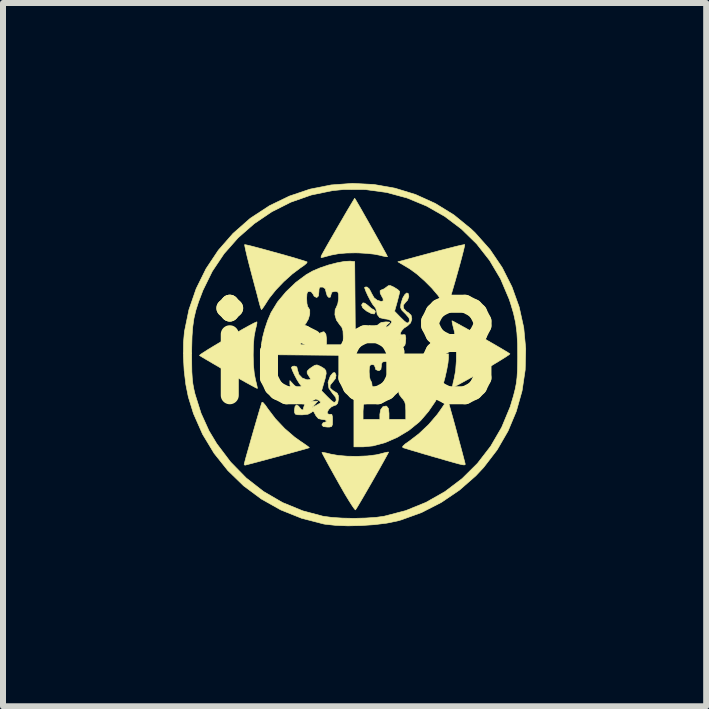
<source format=kicad_pcb>
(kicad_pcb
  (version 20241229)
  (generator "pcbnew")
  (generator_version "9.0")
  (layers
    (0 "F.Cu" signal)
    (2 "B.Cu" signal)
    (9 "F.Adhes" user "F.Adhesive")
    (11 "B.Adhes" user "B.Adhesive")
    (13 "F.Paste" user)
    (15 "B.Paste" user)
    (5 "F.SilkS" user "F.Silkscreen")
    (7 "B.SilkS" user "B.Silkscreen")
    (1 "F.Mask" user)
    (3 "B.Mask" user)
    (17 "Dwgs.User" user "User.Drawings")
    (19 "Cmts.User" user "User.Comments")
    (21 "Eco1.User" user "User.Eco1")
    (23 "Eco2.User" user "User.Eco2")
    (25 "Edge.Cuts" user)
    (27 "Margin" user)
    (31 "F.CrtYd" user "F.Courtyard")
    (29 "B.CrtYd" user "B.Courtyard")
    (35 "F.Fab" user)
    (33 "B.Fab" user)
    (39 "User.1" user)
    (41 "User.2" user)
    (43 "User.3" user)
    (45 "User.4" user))
  (footprint "ico8"
    (layer "F.Cu")
    (at 2.846 2.845)
    (property "Reference" "ico8" (at 0 0 0) (layer "F.SilkS") (effects (font (size 1.524 1.524) (thickness 0.3))))
    (attr through_hole)
    (fp_poly (pts (xy -1.002 0.515) (xy -0.95 0.561) (xy -0.906 0.584) (xy -0.901 0.584) (xy -0.868 0.605) (xy -0.864 0.622) (xy -0.88 0.655) (xy -0.929 0.65) (xy -0.997 0.616) (xy -1.055 0.558) (xy -1.067 0.509) (xy -1.067 0.445) (xy -1.002 0.515)) (stroke (width 0.01) (type solid)) (fill yes) (layer "F.SilkS"))
    (fp_poly (pts (xy 0.182 -0.844) (xy 0.23 -0.809) (xy 0.239 -0.801) (xy 0.288 -0.758) (xy 0.326 -0.737) (xy 0.329 -0.737) (xy 0.353 -0.716) (xy 0.356 -0.699) (xy 0.339 -0.665) (xy 0.291 -0.671) (xy 0.21 -0.714) (xy 0.147 -0.767) (xy 0.127 -0.814) (xy 0.151 -0.85) (xy 0.182 -0.844)) (stroke (width 0.01) (type solid)) (fill yes) (layer "F.SilkS"))
    (fp_poly (pts (xy 1.842 -1.794) (xy 1.827 -1.728) (xy 1.802 -1.63) (xy 1.77 -1.51) (xy 1.733 -1.377) (xy 1.694 -1.238) (xy 1.655 -1.104) (xy 1.619 -0.982) (xy 1.588 -0.882) (xy 1.565 -0.812) (xy 1.552 -0.781) (xy 1.551 -0.781) (xy 1.53 -0.789) (xy 1.496 -0.832) (xy 1.474 -0.867) (xy 1.4 -0.975) (xy 1.296 -1.097) (xy 1.173 -1.22) (xy 1.046 -1.332) (xy 0.926 -1.419) (xy 0.901 -1.434) (xy 0.732 -1.534) (xy 1.283 -1.682) (xy 1.443 -1.725) (xy 1.585 -1.761) (xy 1.703 -1.791) (xy 1.79 -1.811) (xy 1.838 -1.82) (xy 1.846 -1.82) (xy 1.842 -1.794)) (stroke (width 0.01) (type solid)) (fill yes) (layer "F.SilkS"))
    (fp_poly (pts (xy -1.512 0.813) (xy -1.475 0.856) (xy -1.431 0.919) (xy -1.307 1.082) (xy -1.154 1.244) (xy -0.988 1.387) (xy -0.895 1.453) (xy -0.82 1.504) (xy -0.766 1.542) (xy -0.743 1.562) (xy -0.743 1.563) (xy -0.768 1.571) (xy -0.833 1.59) (xy -0.931 1.617) (xy -1.051 1.65) (xy -1.186 1.687) (xy -1.327 1.725) (xy -1.464 1.762) (xy -1.591 1.796) (xy -1.697 1.824) (xy -1.774 1.844) (xy -1.814 1.854) (xy -1.817 1.854) (xy -1.829 1.841) (xy -1.822 1.812) (xy -1.804 1.743) (xy -1.776 1.643) (xy -1.741 1.521) (xy -1.703 1.386) (xy -1.663 1.247) (xy -1.624 1.113) (xy -1.589 0.993) (xy -1.56 0.895) (xy -1.54 0.83) (xy -1.531 0.805) (xy -1.512 0.813)) (stroke (width 0.01) (type solid)) (fill yes) (layer "F.SilkS"))
    (fp_poly (pts (xy -1.795 -1.816) (xy -1.729 -1.801) (xy -1.632 -1.776) (xy -1.512 -1.744) (xy -1.379 -1.707) (xy -1.24 -1.669) (xy -1.106 -1.631) (xy -0.983 -1.596) (xy -0.882 -1.565) (xy -0.811 -1.543) (xy -0.779 -1.531) (xy -0.788 -1.512) (xy -0.83 -1.475) (xy -0.894 -1.431) (xy -1.029 -1.329) (xy -1.17 -1.202) (xy -1.302 -1.064) (xy -1.409 -0.93) (xy -1.44 -0.883) (xy -1.487 -0.809) (xy -1.523 -0.757) (xy -1.539 -0.737) (xy -1.539 -0.737) (xy -1.55 -0.758) (xy -1.567 -0.813) (xy -1.572 -0.832) (xy -1.587 -0.887) (xy -1.611 -0.982) (xy -1.644 -1.105) (xy -1.682 -1.247) (xy -1.714 -1.368) (xy -1.751 -1.51) (xy -1.782 -1.634) (xy -1.805 -1.733) (xy -1.818 -1.797) (xy -1.821 -1.82) (xy -1.795 -1.816)) (stroke (width 0.01) (type solid)) (fill yes) (layer "F.SilkS"))
    (fp_poly (pts (xy -1.616 -0.511) (xy -1.628 -0.455) (xy -1.642 -0.4) (xy -1.663 -0.287) (xy -1.675 -0.142) (xy -1.678 0.021) (xy -1.674 0.182) (xy -1.66 0.327) (xy -1.64 0.431) (xy -1.621 0.507) (xy -1.61 0.56) (xy -1.609 0.576) (xy -1.632 0.566) (xy -1.692 0.534) (xy -1.784 0.484) (xy -1.9 0.419) (xy -2.034 0.343) (xy -2.084 0.314) (xy -2.224 0.233) (xy -2.349 0.16) (xy -2.453 0.099) (xy -2.529 0.054) (xy -2.569 0.029) (xy -2.573 0.026) (xy -2.557 0.01) (xy -2.503 -0.026) (xy -2.421 -0.078) (xy -2.317 -0.141) (xy -2.199 -0.211) (xy -2.074 -0.284) (xy -1.951 -0.355) (xy -1.837 -0.42) (xy -1.739 -0.474) (xy -1.665 -0.513) (xy -1.622 -0.532) (xy -1.616 -0.533) (xy -1.616 -0.511)) (stroke (width 0.01) (type solid)) (fill yes) (layer "F.SilkS"))
    (fp_poly (pts (xy 0.567 1.658) (xy 0.535 1.717) (xy 0.487 1.804) (xy 0.427 1.911) (xy 0.358 2.032) (xy 0.286 2.158) (xy 0.215 2.281) (xy 0.149 2.395) (xy 0.093 2.49) (xy 0.051 2.56) (xy 0.028 2.596) (xy 0.026 2.599) (xy 0.009 2.584) (xy -0.029 2.53) (xy -0.084 2.444) (xy -0.152 2.332) (xy -0.228 2.199) (xy -0.263 2.137) (xy -0.342 1.996) (xy -0.412 1.87) (xy -0.469 1.765) (xy -0.51 1.689) (xy -0.531 1.648) (xy -0.533 1.643) (xy -0.511 1.642) (xy -0.454 1.653) (xy -0.387 1.67) (xy -0.263 1.692) (xy -0.108 1.705) (xy 0.061 1.707) (xy 0.226 1.7) (xy 0.369 1.682) (xy 0.432 1.668) (xy 0.508 1.648) (xy 0.561 1.637) (xy 0.577 1.636) (xy 0.567 1.658)) (stroke (width 0.01) (type solid)) (fill yes) (layer "F.SilkS"))
    (fp_poly (pts (xy 1.657 -0.541) (xy 1.716 -0.509) (xy 1.803 -0.461) (xy 1.911 -0.401) (xy 2.032 -0.333) (xy 2.158 -0.261) (xy 2.281 -0.19) (xy 2.395 -0.124) (xy 2.49 -0.068) (xy 2.56 -0.026) (xy 2.596 -0.002) (xy 2.599 -0.000398) (xy 2.582 0.015) (xy 2.529 0.051) (xy 2.446 0.103) (xy 2.342 0.166) (xy 2.224 0.237) (xy 2.1 0.31) (xy 1.977 0.381) (xy 1.862 0.445) (xy 1.764 0.499) (xy 1.69 0.538) (xy 1.648 0.557) (xy 1.642 0.559) (xy 1.642 0.537) (xy 1.653 0.479) (xy 1.669 0.413) (xy 1.694 0.28) (xy 1.706 0.116) (xy 1.707 -0.059) (xy 1.696 -0.227) (xy 1.674 -0.369) (xy 1.668 -0.393) (xy 1.648 -0.473) (xy 1.636 -0.53) (xy 1.634 -0.551) (xy 1.657 -0.541)) (stroke (width 0.01) (type solid)) (fill yes) (layer "F.SilkS"))
    (fp_poly (pts (xy 0.027 -2.57) (xy 0.061 -2.512) (xy 0.111 -2.426) (xy 0.172 -2.318) (xy 0.241 -2.197) (xy 0.312 -2.07) (xy 0.382 -1.945) (xy 0.446 -1.83) (xy 0.499 -1.733) (xy 0.538 -1.662) (xy 0.557 -1.623) (xy 0.559 -1.619) (xy 0.537 -1.619) (xy 0.48 -1.63) (xy 0.425 -1.644) (xy 0.337 -1.661) (xy 0.216 -1.674) (xy 0.08 -1.682) (xy 0.025 -1.683) (xy -0.129 -1.68) (xy -0.256 -1.669) (xy -0.378 -1.646) (xy -0.517 -1.609) (xy -0.547 -1.604) (xy -0.546 -1.626) (xy -0.532 -1.655) (xy -0.502 -1.709) (xy -0.456 -1.791) (xy -0.396 -1.896) (xy -0.327 -2.015) (xy -0.255 -2.14) (xy -0.183 -2.263) (xy -0.117 -2.377) (xy -0.059 -2.474) (xy -0.016 -2.546) (xy 0.009 -2.586) (xy 0.013 -2.591) (xy 0.027 -2.57)) (stroke (width 0.01) (type solid)) (fill yes) (layer "F.SilkS"))
    (fp_poly (pts (xy 1.571 0.793) (xy 1.59 0.859) (xy 1.617 0.957) (xy 1.651 1.077) (xy 1.688 1.212) (xy 1.726 1.353) (xy 1.763 1.49) (xy 1.797 1.616) (xy 1.825 1.722) (xy 1.845 1.798) (xy 1.854 1.836) (xy 1.854 1.839) (xy 1.85 1.847) (xy 1.835 1.85) (xy 1.803 1.846) (xy 1.747 1.833) (xy 1.663 1.81) (xy 1.543 1.776) (xy 1.383 1.73) (xy 1.321 1.712) (xy 1.172 1.669) (xy 1.039 1.629) (xy 0.93 1.597) (xy 0.853 1.573) (xy 0.815 1.562) (xy 0.815 1.561) (xy 0.812 1.541) (xy 0.854 1.501) (xy 0.916 1.458) (xy 1.081 1.332) (xy 1.245 1.177) (xy 1.389 1.009) (xy 1.452 0.92) (xy 1.503 0.845) (xy 1.542 0.791) (xy 1.562 0.768) (xy 1.563 0.768) (xy 1.571 0.793)) (stroke (width 0.01) (type solid)) (fill yes) (layer "F.SilkS"))
    (fp_poly (pts (xy -0.566 0.204) (xy -0.543 0.216) (xy -0.493 0.247) (xy -0.467 0.28) (xy -0.462 0.327) (xy -0.477 0.402) (xy -0.498 0.475) (xy -0.539 0.615) (xy -0.442 0.714) (xy -0.377 0.777) (xy -0.337 0.806) (xy -0.312 0.804) (xy -0.295 0.774) (xy -0.295 0.772) (xy -0.303 0.725) (xy -0.353 0.663) (xy -0.355 0.661) (xy -0.417 0.573) (xy -0.431 0.474) (xy -0.395 0.374) (xy -0.391 0.367) (xy -0.348 0.316) (xy -0.318 0.312) (xy -0.298 0.354) (xy -0.308 0.411) (xy -0.346 0.46) (xy -0.396 0.52) (xy -0.398 0.567) (xy -0.352 0.61) (xy -0.329 0.623) (xy -0.277 0.657) (xy -0.258 0.699) (xy -0.259 0.757) (xy -0.271 0.823) (xy -0.299 0.852) (xy -0.324 0.859) (xy -0.375 0.882) (xy -0.42 0.925) (xy -0.444 0.971) (xy -0.441 0.996) (xy -0.408 1.009) (xy -0.391 1.006) (xy -0.368 1.009) (xy -0.358 1.048) (xy -0.356 1.106) (xy -0.358 1.176) (xy -0.371 1.209) (xy -0.406 1.219) (xy -0.445 1.219) (xy -0.51 1.211) (xy -0.533 1.185) (xy -0.533 1.181) (xy -0.513 1.147) (xy -0.495 1.143) (xy -0.461 1.129) (xy -0.457 1.118) (xy -0.479 1.099) (xy -0.53 1.092) (xy -0.591 1.079) (xy -0.632 1.032) (xy -0.641 1.015) (xy -0.668 0.966) (xy -0.69 0.958) (xy -0.71 0.977) (xy -0.764 1.005) (xy -0.861 1.016) (xy -0.867 1.016) (xy -0.941 1.014) (xy -0.977 1.003) (xy -0.989 0.976) (xy -0.991 0.941) (xy -0.981 0.875) (xy -0.956 0.85) (xy -0.921 0.871) (xy -0.909 0.888) (xy -0.872 0.932) (xy -0.846 0.932) (xy -0.838 0.894) (xy -0.817 0.83) (xy -0.755 0.795) (xy -0.689 0.787) (xy -0.602 0.787) (xy -0.65 0.842) (xy -0.699 0.896) (xy -0.635 0.861) (xy -0.586 0.833) (xy -0.562 0.82) (xy -0.558 0.799) (xy -0.588 0.772) (xy -0.637 0.749) (xy -0.69 0.737) (xy -0.697 0.737) (xy -0.782 0.72) (xy -0.829 0.672) (xy -0.838 0.62) (xy -0.856 0.56) (xy -0.879 0.531) (xy -0.909 0.493) (xy -0.95 0.427) (xy -0.991 0.349) (xy -1.024 0.278) (xy -1.041 0.229) (xy -1.041 0.224) (xy -1.02 0.207) (xy -0.991 0.203) (xy -0.951 0.218) (xy -0.94 0.267) (xy -0.917 0.343) (xy -0.86 0.403) (xy -0.785 0.431) (xy -0.773 0.432) (xy -0.729 0.428) (xy -0.726 0.409) (xy -0.748 0.375) (xy -0.779 0.324) (xy -0.779 0.289) (xy -0.744 0.252) (xy -0.708 0.226) (xy -0.654 0.191) (xy -0.615 0.184) (xy -0.566 0.204)) (stroke (width 0.01) (type solid)) (fill yes) (layer "F.SilkS"))
    (fp_poly (pts (xy 0.66 -1.114) (xy 0.674 -1.106) (xy 0.73 -1.071) (xy 0.76 -1.042) (xy 0.762 -1.037) (xy 0.756 -1.003) (xy 0.739 -0.935) (xy 0.72 -0.862) (xy 0.677 -0.71) (xy 0.775 -0.609) (xy 0.841 -0.545) (xy 0.881 -0.515) (xy 0.906 -0.517) (xy 0.924 -0.546) (xy 0.925 -0.55) (xy 0.918 -0.598) (xy 0.864 -0.662) (xy 0.853 -0.673) (xy 0.8 -0.726) (xy 0.778 -0.768) (xy 0.781 -0.82) (xy 0.787 -0.847) (xy 0.812 -0.927) (xy 0.845 -0.984) (xy 0.877 -1.014) (xy 0.902 -1.009) (xy 0.914 -0.965) (xy 0.914 -0.956) (xy 0.894 -0.895) (xy 0.86 -0.859) (xy 0.822 -0.811) (xy 0.828 -0.756) (xy 0.875 -0.705) (xy 0.904 -0.689) (xy 0.952 -0.644) (xy 0.965 -0.581) (xy 0.944 -0.516) (xy 0.892 -0.466) (xy 0.889 -0.465) (xy 0.833 -0.428) (xy 0.793 -0.384) (xy 0.773 -0.344) (xy 0.779 -0.318) (xy 0.813 -0.317) (xy 0.826 -0.321) (xy 0.853 -0.318) (xy 0.863 -0.275) (xy 0.864 -0.259) (xy 0.859 -0.189) (xy 0.848 -0.142) (xy 0.817 -0.113) (xy 0.766 -0.101) (xy 0.715 -0.108) (xy 0.687 -0.132) (xy 0.686 -0.14) (xy 0.706 -0.183) (xy 0.724 -0.194) (xy 0.76 -0.218) (xy 0.753 -0.236) (xy 0.711 -0.241) (xy 0.687 -0.238) (xy 0.632 -0.234) (xy 0.594 -0.259) (xy 0.563 -0.303) (xy 0.529 -0.352) (xy 0.508 -0.359) (xy 0.499 -0.344) (xy 0.471 -0.318) (xy 0.406 -0.306) (xy 0.356 -0.305) (xy 0.281 -0.306) (xy 0.243 -0.317) (xy 0.23 -0.343) (xy 0.229 -0.38) (xy 0.238 -0.445) (xy 0.262 -0.47) (xy 0.293 -0.449) (xy 0.309 -0.421) (xy 0.342 -0.368) (xy 0.368 -0.361) (xy 0.38 -0.399) (xy 0.381 -0.414) (xy 0.399 -0.485) (xy 0.454 -0.523) (xy 0.532 -0.533) (xy 0.587 -0.53) (xy 0.597 -0.52) (xy 0.578 -0.506) (xy 0.541 -0.471) (xy 0.533 -0.45) (xy 0.548 -0.445) (xy 0.585 -0.472) (xy 0.591 -0.478) (xy 0.627 -0.52) (xy 0.627 -0.545) (xy 0.61 -0.559) (xy 0.555 -0.578) (xy 0.507 -0.584) (xy 0.429 -0.603) (xy 0.387 -0.657) (xy 0.381 -0.7) (xy 0.362 -0.762) (xy 0.339 -0.791) (xy 0.31 -0.828) (xy 0.272 -0.893) (xy 0.231 -0.972) (xy 0.198 -1.045) (xy 0.179 -1.098) (xy 0.178 -1.107) (xy 0.198 -1.115) (xy 0.219 -1.113) (xy 0.253 -1.085) (xy 0.285 -1.028) (xy 0.289 -1.016) (xy 0.336 -0.934) (xy 0.387 -0.894) (xy 0.454 -0.873) (xy 0.488 -0.883) (xy 0.485 -0.922) (xy 0.47 -0.947) (xy 0.438 -1.009) (xy 0.436 -1.053) (xy 0.462 -1.067) (xy 0.502 -1.083) (xy 0.539 -1.11) (xy 0.574 -1.136) (xy 0.607 -1.138) (xy 0.66 -1.114)) (stroke (width 0.01) (type solid)) (fill yes) (layer "F.SilkS"))
    (fp_poly (pts (xy 0.333 -2.822) (xy 0.684 -2.76) (xy 1.026 -2.655) (xy 1.355 -2.506) (xy 1.665 -2.315) (xy 1.953 -2.08) (xy 2.019 -2.017) (xy 2.267 -1.738) (xy 2.471 -1.436) (xy 2.633 -1.115) (xy 2.753 -0.78) (xy 2.829 -0.435) (xy 2.862 -0.084) (xy 2.853 0.267) (xy 2.801 0.616) (xy 2.705 0.957) (xy 2.567 1.286) (xy 2.386 1.599) (xy 2.162 1.891) (xy 2.031 2.031) (xy 1.759 2.269) (xy 1.455 2.475) (xy 1.127 2.643) (xy 0.787 2.766) (xy 0.718 2.785) (xy 0.546 2.82) (xy 0.342 2.845) (xy 0.122 2.86) (xy -0.099 2.865) (xy -0.304 2.857) (xy -0.479 2.838) (xy -0.503 2.834) (xy -0.873 2.738) (xy -1.22 2.599) (xy -1.542 2.418) (xy -1.837 2.199) (xy -2.1 1.944) (xy -2.329 1.657) (xy -2.521 1.339) (xy -2.673 0.995) (xy -2.759 0.716) (xy -2.8 0.512) (xy -2.828 0.28) (xy -2.841 0.04) (xy -2.841 -0.013) (xy -2.703 -0.013) (xy -2.702 0.163) (xy -2.7 0.299) (xy -2.693 0.407) (xy -2.683 0.499) (xy -2.667 0.585) (xy -2.648 0.668) (xy -2.547 0.989) (xy -2.414 1.282) (xy -2.286 1.495) (xy -2.055 1.801) (xy -1.794 2.068) (xy -1.505 2.293) (xy -1.191 2.476) (xy -0.852 2.615) (xy -0.518 2.704) (xy -0.373 2.724) (xy -0.194 2.736) (xy 0.000474 2.74) (xy 0.195 2.735) (xy 0.373 2.723) (xy 0.502 2.705) (xy 0.863 2.611) (xy 1.202 2.473) (xy 1.517 2.294) (xy 1.803 2.077) (xy 2.058 1.824) (xy 2.278 1.539) (xy 2.461 1.224) (xy 2.603 0.883) (xy 2.658 0.699) (xy 2.686 0.589) (xy 2.705 0.492) (xy 2.717 0.393) (xy 2.724 0.278) (xy 2.727 0.133) (xy 2.728 0.051) (xy 2.726 -0.169) (xy 2.715 -0.353) (xy 2.694 -0.517) (xy 2.659 -0.675) (xy 2.609 -0.843) (xy 2.585 -0.914) (xy 2.443 -1.249) (xy 2.261 -1.556) (xy 2.043 -1.834) (xy 1.792 -2.079) (xy 1.513 -2.29) (xy 1.209 -2.463) (xy 0.885 -2.597) (xy 0.545 -2.689) (xy 0.192 -2.737) (xy -0.17 -2.738) (xy -0.361 -2.719) (xy -0.712 -2.646) (xy -1.049 -2.528) (xy -1.367 -2.368) (xy -1.661 -2.169) (xy -1.928 -1.935) (xy -2.163 -1.669) (xy -2.36 -1.375) (xy -2.516 -1.057) (xy -2.525 -1.033) (xy -2.587 -0.87) (xy -2.633 -0.727) (xy -2.665 -0.592) (xy -2.685 -0.452) (xy -2.697 -0.293) (xy -2.702 -0.101) (xy -2.703 -0.013) (xy -2.841 -0.013) (xy -2.839 -0.19) (xy -2.824 -0.368) (xy -2.749 -0.734) (xy -2.628 -1.086) (xy -2.464 -1.418) (xy -2.259 -1.726) (xy -2.016 -2.004) (xy -1.739 -2.248) (xy -1.72 -2.263) (xy -1.407 -2.468) (xy -1.076 -2.628) (xy -0.733 -2.744) (xy -0.38 -2.814) (xy -0.024 -2.84) (xy 0.333 -2.822)) (stroke (width 0.01) (type solid)) (fill yes) (layer "F.SilkS"))
    (fp_poly (pts (xy -0.053 -1.544) (xy 0.013 -1.537) (xy 0.026 0) (xy 1.575 0) (xy 1.575 0.065) (xy 1.567 0.151) (xy 1.546 0.267) (xy 1.517 0.396) (xy 1.483 0.518) (xy 1.448 0.616) (xy 1.443 0.627) (xy 1.356 0.792) (xy 1.242 0.959) (xy 1.117 1.105) (xy 1.088 1.134) (xy 0.917 1.273) (xy 0.723 1.39) (xy 0.519 1.479) (xy 0.318 1.533) (xy 0.154 1.549) (xy 0 1.549) (xy 0 0.956) (xy 0.152 0.956) (xy 0.152 1.092) (xy 0.432 1.092) (xy 0.432 1.006) (xy 0.446 0.929) (xy 0.483 0.88) (xy 0.535 0.869) (xy 0.546 0.873) (xy 0.575 0.911) (xy 0.584 0.99) (xy 0.584 1.092) (xy 0.864 1.092) (xy 0.864 0.944) (xy 0.86 0.853) (xy 0.845 0.795) (xy 0.814 0.751) (xy 0.8 0.737) (xy 0.755 0.677) (xy 0.738 0.601) (xy 0.737 0.569) (xy 0.742 0.498) (xy 0.756 0.452) (xy 0.762 0.445) (xy 0.777 0.412) (xy 0.786 0.347) (xy 0.787 0.303) (xy 0.785 0.228) (xy 0.773 0.19) (xy 0.748 0.178) (xy 0.737 0.178) (xy 0.694 0.196) (xy 0.686 0.229) (xy 0.668 0.271) (xy 0.635 0.279) (xy 0.598 0.267) (xy 0.585 0.223) (xy 0.584 0.203) (xy 0.577 0.149) (xy 0.548 0.129) (xy 0.521 0.127) (xy 0.475 0.135) (xy 0.459 0.17) (xy 0.457 0.203) (xy 0.449 0.259) (xy 0.42 0.279) (xy 0.406 0.279) (xy 0.364 0.261) (xy 0.356 0.229) (xy 0.338 0.186) (xy 0.305 0.178) (xy 0.274 0.185) (xy 0.259 0.213) (xy 0.254 0.276) (xy 0.254 0.303) (xy 0.259 0.379) (xy 0.271 0.432) (xy 0.279 0.445) (xy 0.296 0.478) (xy 0.304 0.541) (xy 0.305 0.561) (xy 0.293 0.646) (xy 0.249 0.718) (xy 0.229 0.741) (xy 0.182 0.798) (xy 0.159 0.855) (xy 0.153 0.937) (xy 0.152 0.956) (xy 0 0.956) (xy 0 0.026) (xy -1.537 0.013) (xy -1.545 -0.06) (xy -1.542 -0.151) (xy -1.521 -0.274) (xy -1.52 -0.279) (xy -0.889 -0.279) (xy -0.889 -0.152) (xy -0.749 -0.152) (xy -0.669 -0.154) (xy -0.628 -0.162) (xy -0.612 -0.184) (xy -0.61 -0.227) (xy -0.595 -0.299) (xy -0.558 -0.35) (xy -0.511 -0.368) (xy -0.495 -0.365) (xy -0.467 -0.327) (xy -0.457 -0.251) (xy -0.457 -0.152) (xy -0.178 -0.152) (xy -0.178 -0.291) (xy -0.182 -0.381) (xy -0.2 -0.44) (xy -0.237 -0.487) (xy -0.238 -0.488) (xy -0.291 -0.563) (xy -0.317 -0.652) (xy -0.313 -0.735) (xy -0.293 -0.776) (xy -0.269 -0.833) (xy -0.256 -0.912) (xy -0.255 -0.933) (xy -0.257 -1.001) (xy -0.271 -1.033) (xy -0.305 -1.041) (xy -0.318 -1.041) (xy -0.367 -1.029) (xy -0.381 -0.991) (xy -0.392 -0.946) (xy -0.418 -0.94) (xy -0.445 -0.967) (xy -0.462 -1.022) (xy -0.462 -1.022) (xy -0.477 -1.084) (xy -0.513 -1.11) (xy -0.527 -1.113) (xy -0.565 -1.112) (xy -0.581 -1.085) (xy -0.584 -1.03) (xy -0.591 -0.965) (xy -0.616 -0.941) (xy -0.625 -0.94) (xy -0.663 -0.961) (xy -0.678 -0.991) (xy -0.709 -1.032) (xy -0.74 -1.041) (xy -0.769 -1.034) (xy -0.783 -1.002) (xy -0.787 -0.935) (xy -0.787 -0.916) (xy -0.783 -0.84) (xy -0.771 -0.787) (xy -0.762 -0.775) (xy -0.736 -0.732) (xy -0.736 -0.662) (xy -0.758 -0.582) (xy -0.8 -0.507) (xy -0.813 -0.491) (xy -0.862 -0.424) (xy -0.885 -0.355) (xy -0.889 -0.279) (xy -1.52 -0.279) (xy -1.485 -0.413) (xy -1.438 -0.554) (xy -1.383 -0.683) (xy -1.378 -0.692) (xy -1.273 -0.864) (xy -1.131 -1.034) (xy -0.967 -1.191) (xy -0.794 -1.32) (xy -0.686 -1.381) (xy -0.561 -1.434) (xy -0.422 -1.481) (xy -0.282 -1.517) (xy -0.158 -1.54) (xy -0.063 -1.545) (xy -0.053 -1.544)) (stroke (width 0.01) (type solid)) (fill yes) (layer "F.SilkS")))
  (gr_rect
    (start -3 -3)
    (end 8.714 8.715)
    (stroke (width 0.1) (type default))
    (fill no)
    (layer "Edge.Cuts")))
</source>
